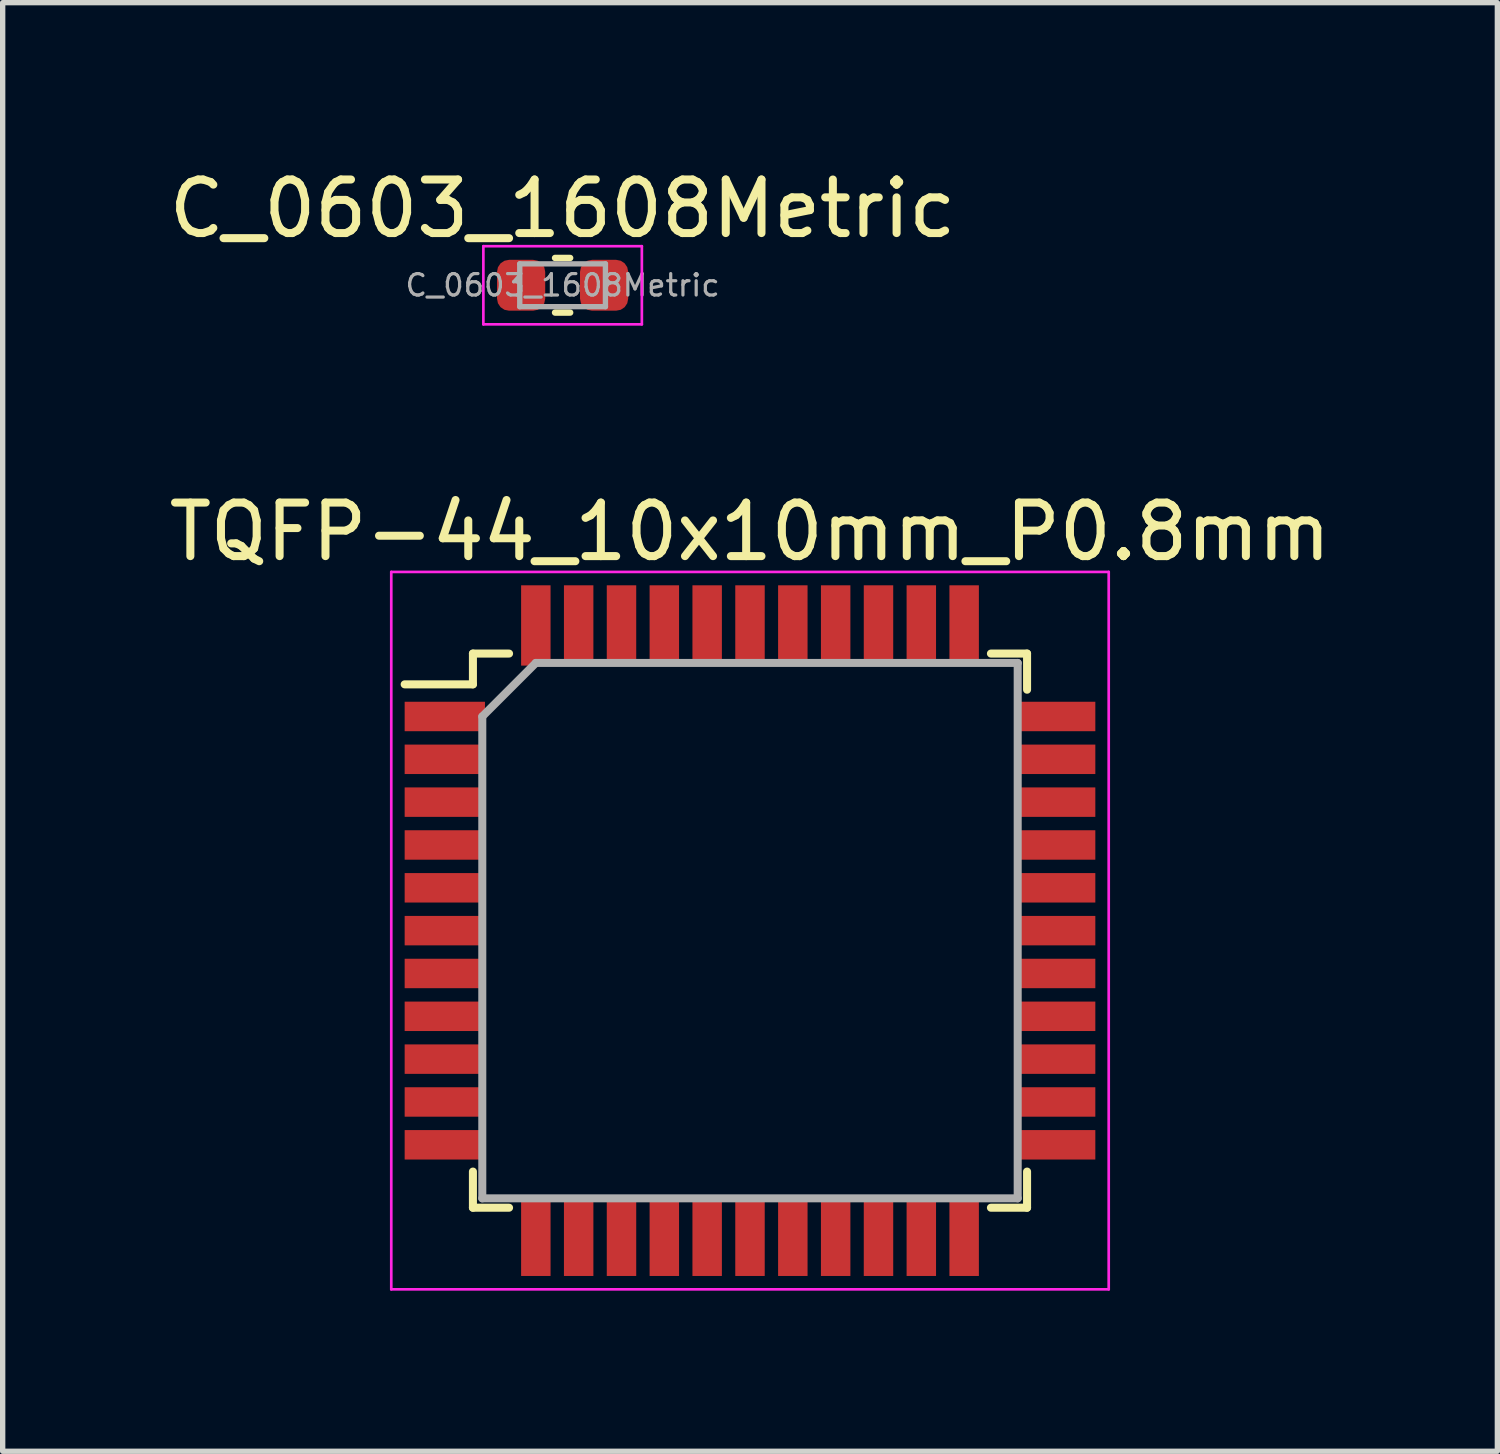
<source format=kicad_pcb>
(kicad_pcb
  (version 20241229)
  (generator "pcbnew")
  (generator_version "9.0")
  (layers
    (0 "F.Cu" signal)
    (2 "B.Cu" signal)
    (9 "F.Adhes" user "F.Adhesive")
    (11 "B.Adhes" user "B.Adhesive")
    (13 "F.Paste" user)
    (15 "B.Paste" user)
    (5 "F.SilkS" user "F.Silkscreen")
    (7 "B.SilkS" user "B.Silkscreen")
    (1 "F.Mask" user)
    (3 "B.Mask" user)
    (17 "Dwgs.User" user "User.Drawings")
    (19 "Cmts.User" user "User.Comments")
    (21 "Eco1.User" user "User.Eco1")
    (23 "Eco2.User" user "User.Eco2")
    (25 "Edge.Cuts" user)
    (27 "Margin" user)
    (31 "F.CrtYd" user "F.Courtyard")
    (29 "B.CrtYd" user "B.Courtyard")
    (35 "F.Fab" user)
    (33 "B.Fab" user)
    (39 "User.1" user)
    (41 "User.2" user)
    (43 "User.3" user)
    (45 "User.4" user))
  (footprint "C_0603_1608Metric"
    (layer "F.Cu")
    (at 7.458 2.278)
    (property "Reference" "C_0603_1608Metric" (at 0 -1.43 0) (layer "F.SilkS") (effects (font (size 1 1) (thickness 0.15))))
    (attr smd)
    (fp_line (start -0.141 -0.51) (end 0.141 -0.51) (stroke (width 0.12) (type solid)) (layer "F.SilkS"))
    (fp_line (start -0.141 0.51) (end 0.141 0.51) (stroke (width 0.12) (type solid)) (layer "F.SilkS"))
    (fp_line (start -1.48 -0.73) (end 1.48 -0.73) (stroke (width 0.05) (type solid)) (layer "F.CrtYd"))
    (fp_line (start -1.48 0.73) (end -1.48 -0.73) (stroke (width 0.05) (type solid)) (layer "F.CrtYd"))
    (fp_line (start 1.48 -0.73) (end 1.48 0.73) (stroke (width 0.05) (type solid)) (layer "F.CrtYd"))
    (fp_line (start 1.48 0.73) (end -1.48 0.73) (stroke (width 0.05) (type solid)) (layer "F.CrtYd"))
    (fp_line (start -0.8 -0.4) (end 0.8 -0.4) (stroke (width 0.1) (type solid)) (layer "F.Fab"))
    (fp_line (start -0.8 0.4) (end -0.8 -0.4) (stroke (width 0.1) (type solid)) (layer "F.Fab"))
    (fp_line (start 0.8 -0.4) (end 0.8 0.4) (stroke (width 0.1) (type solid)) (layer "F.Fab"))
    (fp_line (start 0.8 0.4) (end -0.8 0.4) (stroke (width 0.1) (type solid)) (layer "F.Fab"))
    (fp_text user "${REFERENCE}" (at 0 0 0) (layer "F.Fab") (effects (font (size 0.4 0.4) (thickness 0.06))))
    (pad "1" smd roundrect (at -0.775 0) (size 0.9 0.95) (layers "F.Cu" "F.Mask" "F.Paste") (roundrect_rratio 0.25))
    (pad "2" smd roundrect (at 0.775 0) (size 0.9 0.95) (layers "F.Cu" "F.Mask" "F.Paste") (roundrect_rratio 0.25)))
  (footprint "TQFP-44_10x10mm_P0.8mm"
    (layer "F.Cu")
    (at 10.958 14.332)
    (property "Reference" "TQFP-44_10x10mm_P0.8mm" (at 0 -7.45 0) (layer "F.SilkS") (effects (font (size 1 1) (thickness 0.15))))
    (attr smd)
    (fp_line (start -5.175 -5.175) (end -5.175 -4.6) (stroke (width 0.15) (type solid)) (layer "F.SilkS"))
    (fp_line (start -5.175 -5.175) (end -4.5 -5.175) (stroke (width 0.15) (type solid)) (layer "F.SilkS"))
    (fp_line (start -5.175 -4.6) (end -6.45 -4.6) (stroke (width 0.15) (type solid)) (layer "F.SilkS"))
    (fp_line (start -5.175 5.175) (end -5.175 4.5) (stroke (width 0.15) (type solid)) (layer "F.SilkS"))
    (fp_line (start -5.175 5.175) (end -4.5 5.175) (stroke (width 0.15) (type solid)) (layer "F.SilkS"))
    (fp_line (start 5.175 -5.175) (end 4.5 -5.175) (stroke (width 0.15) (type solid)) (layer "F.SilkS"))
    (fp_line (start 5.175 -5.175) (end 5.175 -4.5) (stroke (width 0.15) (type solid)) (layer "F.SilkS"))
    (fp_line (start 5.175 5.175) (end 4.5 5.175) (stroke (width 0.15) (type solid)) (layer "F.SilkS"))
    (fp_line (start 5.175 5.175) (end 5.175 4.5) (stroke (width 0.15) (type solid)) (layer "F.SilkS"))
    (fp_line (start -6.7 -6.7) (end -6.7 6.7) (stroke (width 0.05) (type solid)) (layer "F.CrtYd"))
    (fp_line (start -6.7 -6.7) (end 6.7 -6.7) (stroke (width 0.05) (type solid)) (layer "F.CrtYd"))
    (fp_line (start -6.7 6.7) (end 6.7 6.7) (stroke (width 0.05) (type solid)) (layer "F.CrtYd"))
    (fp_line (start 6.7 -6.7) (end 6.7 6.7) (stroke (width 0.05) (type solid)) (layer "F.CrtYd"))
    (fp_line (start -5 -4) (end -4 -5) (stroke (width 0.15) (type solid)) (layer "F.Fab"))
    (fp_line (start -5 5) (end -5 -4) (stroke (width 0.15) (type solid)) (layer "F.Fab"))
    (fp_line (start -4 -5) (end 5 -5) (stroke (width 0.15) (type solid)) (layer "F.Fab"))
    (fp_line (start 5 -5) (end 5 5) (stroke (width 0.15) (type solid)) (layer "F.Fab"))
    (fp_line (start 5 5) (end -5 5) (stroke (width 0.15) (type solid)) (layer "F.Fab"))
    (pad "1" smd rect (at -5.7 -4) (size 1.5 0.55) (layers "F.Cu" "F.Mask" "F.Paste"))
    (pad "2" smd rect (at -5.7 -3.2) (size 1.5 0.55) (layers "F.Cu" "F.Mask" "F.Paste"))
    (pad "3" smd rect (at -5.7 -2.4) (size 1.5 0.55) (layers "F.Cu" "F.Mask" "F.Paste"))
    (pad "4" smd rect (at -5.7 -1.6) (size 1.5 0.55) (layers "F.Cu" "F.Mask" "F.Paste"))
    (pad "5" smd rect (at -5.7 -0.8) (size 1.5 0.55) (layers "F.Cu" "F.Mask" "F.Paste"))
    (pad "6" smd rect (at -5.7 0) (size 1.5 0.55) (layers "F.Cu" "F.Mask" "F.Paste"))
    (pad "7" smd rect (at -5.7 0.8) (size 1.5 0.55) (layers "F.Cu" "F.Mask" "F.Paste"))
    (pad "8" smd rect (at -5.7 1.6) (size 1.5 0.55) (layers "F.Cu" "F.Mask" "F.Paste"))
    (pad "9" smd rect (at -5.7 2.4) (size 1.5 0.55) (layers "F.Cu" "F.Mask" "F.Paste"))
    (pad "10" smd rect (at -5.7 3.2) (size 1.5 0.55) (layers "F.Cu" "F.Mask" "F.Paste"))
    (pad "11" smd rect (at -5.7 4) (size 1.5 0.55) (layers "F.Cu" "F.Mask" "F.Paste"))
    (pad "12" smd rect (at -4 5.7 90) (size 1.5 0.55) (layers "F.Cu" "F.Mask" "F.Paste"))
    (pad "13" smd rect (at -3.2 5.7 90) (size 1.5 0.55) (layers "F.Cu" "F.Mask" "F.Paste"))
    (pad "14" smd rect (at -2.4 5.7 90) (size 1.5 0.55) (layers "F.Cu" "F.Mask" "F.Paste"))
    (pad "15" smd rect (at -1.6 5.7 90) (size 1.5 0.55) (layers "F.Cu" "F.Mask" "F.Paste"))
    (pad "16" smd rect (at -0.8 5.7 90) (size 1.5 0.55) (layers "F.Cu" "F.Mask" "F.Paste"))
    (pad "17" smd rect (at 0 5.7 90) (size 1.5 0.55) (layers "F.Cu" "F.Mask" "F.Paste"))
    (pad "18" smd rect (at 0.8 5.7 90) (size 1.5 0.55) (layers "F.Cu" "F.Mask" "F.Paste"))
    (pad "19" smd rect (at 1.6 5.7 90) (size 1.5 0.55) (layers "F.Cu" "F.Mask" "F.Paste"))
    (pad "20" smd rect (at 2.4 5.7 90) (size 1.5 0.55) (layers "F.Cu" "F.Mask" "F.Paste"))
    (pad "21" smd rect (at 3.2 5.7 90) (size 1.5 0.55) (layers "F.Cu" "F.Mask" "F.Paste"))
    (pad "22" smd rect (at 4 5.7 90) (size 1.5 0.55) (layers "F.Cu" "F.Mask" "F.Paste"))
    (pad "23" smd rect (at 5.7 4) (size 1.5 0.55) (layers "F.Cu" "F.Mask" "F.Paste"))
    (pad "24" smd rect (at 5.7 3.2) (size 1.5 0.55) (layers "F.Cu" "F.Mask" "F.Paste"))
    (pad "25" smd rect (at 5.7 2.4) (size 1.5 0.55) (layers "F.Cu" "F.Mask" "F.Paste"))
    (pad "26" smd rect (at 5.7 1.6) (size 1.5 0.55) (layers "F.Cu" "F.Mask" "F.Paste"))
    (pad "27" smd rect (at 5.7 0.8) (size 1.5 0.55) (layers "F.Cu" "F.Mask" "F.Paste"))
    (pad "28" smd rect (at 5.7 0) (size 1.5 0.55) (layers "F.Cu" "F.Mask" "F.Paste"))
    (pad "29" smd rect (at 5.7 -0.8) (size 1.5 0.55) (layers "F.Cu" "F.Mask" "F.Paste"))
    (pad "30" smd rect (at 5.7 -1.6) (size 1.5 0.55) (layers "F.Cu" "F.Mask" "F.Paste"))
    (pad "31" smd rect (at 5.7 -2.4) (size 1.5 0.55) (layers "F.Cu" "F.Mask" "F.Paste"))
    (pad "32" smd rect (at 5.7 -3.2) (size 1.5 0.55) (layers "F.Cu" "F.Mask" "F.Paste"))
    (pad "33" smd rect (at 5.7 -4) (size 1.5 0.55) (layers "F.Cu" "F.Mask" "F.Paste"))
    (pad "34" smd rect (at 4 -5.7 90) (size 1.5 0.55) (layers "F.Cu" "F.Mask" "F.Paste"))
    (pad "35" smd rect (at 3.2 -5.7 90) (size 1.5 0.55) (layers "F.Cu" "F.Mask" "F.Paste"))
    (pad "36" smd rect (at 2.4 -5.7 90) (size 1.5 0.55) (layers "F.Cu" "F.Mask" "F.Paste"))
    (pad "37" smd rect (at 1.6 -5.7 90) (size 1.5 0.55) (layers "F.Cu" "F.Mask" "F.Paste"))
    (pad "38" smd rect (at 0.8 -5.7 90) (size 1.5 0.55) (layers "F.Cu" "F.Mask" "F.Paste"))
    (pad "39" smd rect (at 0 -5.7 90) (size 1.5 0.55) (layers "F.Cu" "F.Mask" "F.Paste"))
    (pad "40" smd rect (at -0.8 -5.7 90) (size 1.5 0.55) (layers "F.Cu" "F.Mask" "F.Paste"))
    (pad "41" smd rect (at -1.6 -5.7 90) (size 1.5 0.55) (layers "F.Cu" "F.Mask" "F.Paste"))
    (pad "42" smd rect (at -2.4 -5.7 90) (size 1.5 0.55) (layers "F.Cu" "F.Mask" "F.Paste"))
    (pad "43" smd rect (at -3.2 -5.7 90) (size 1.5 0.55) (layers "F.Cu" "F.Mask" "F.Paste"))
    (pad "44" smd rect (at -4 -5.7 90) (size 1.5 0.55) (layers "F.Cu" "F.Mask" "F.Paste")))
  (gr_rect
    (start -3 -3)
    (end 24.917 24.056)
    (stroke (width 0.1) (type default))
    (fill no)
    (layer "Edge.Cuts")))
</source>
